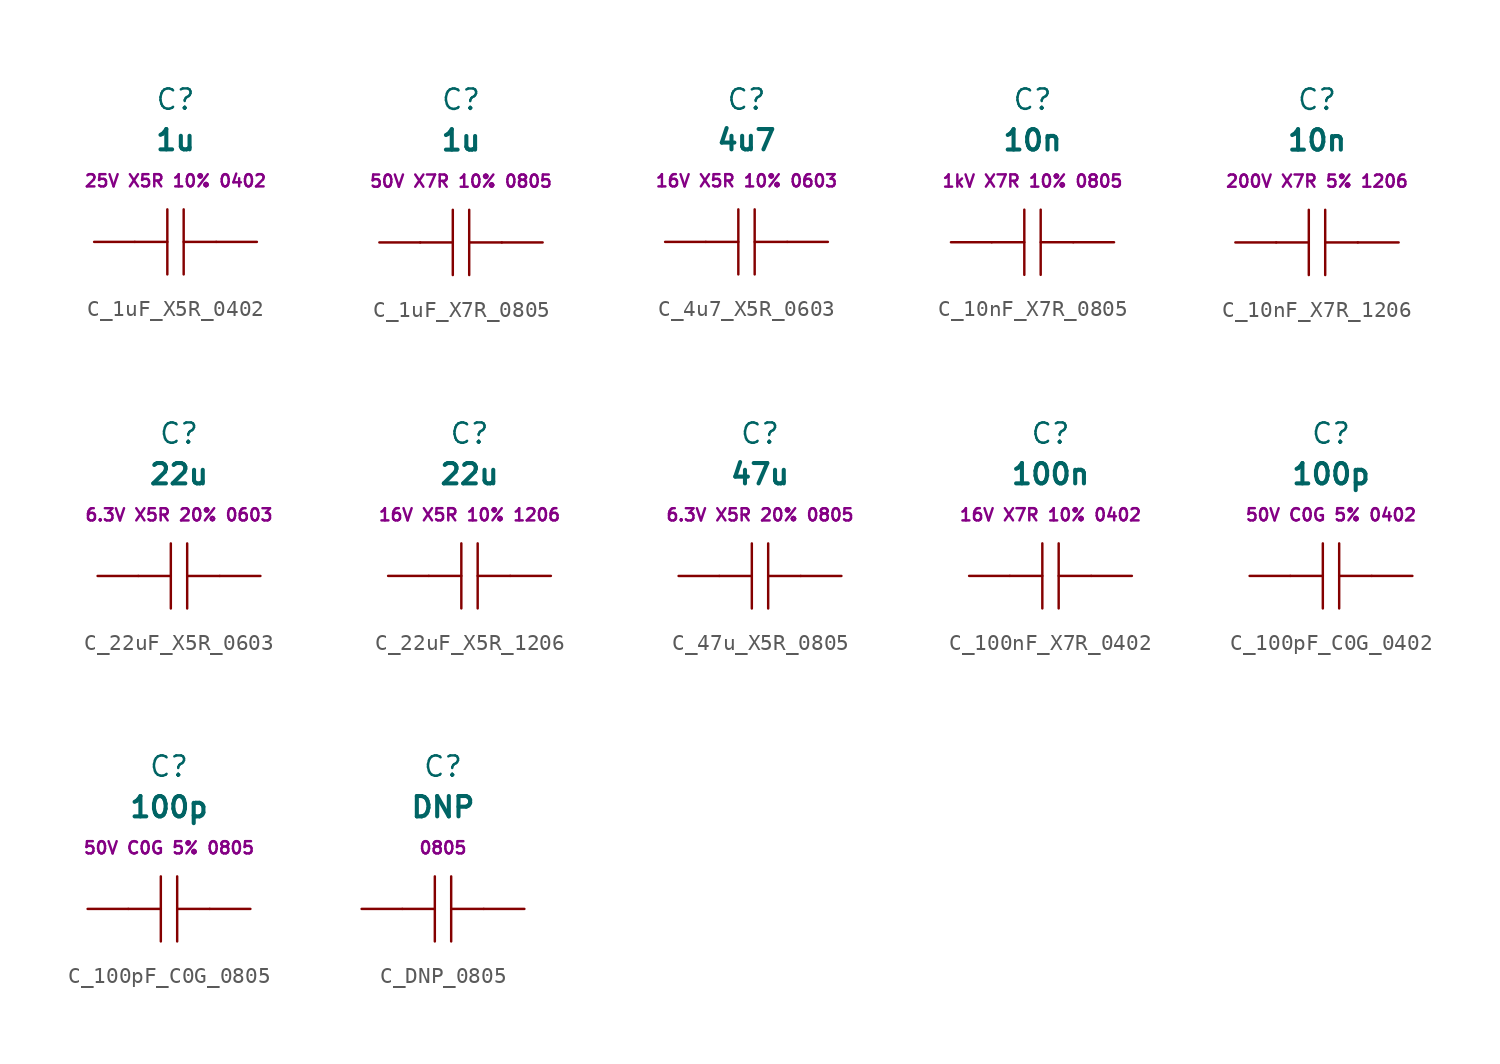
<source format=kicad_sym>
(kicad_symbol_lib
  (version 20231120)
  (generator "kicad_symbol_editor")
  (generator_version "8.0")
  (symbol "C_1uF_X5R_0402"
    (pin_numbers hide)
    (pin_names hide)
    (property "Reference" "C"
      (at 0 8.89 0)
      (effects (font (size 1.27 1.27))))
    (property "Value" "1u"
      (at 0 6.35 0)
      (effects (font (size 1.27 1.27) (bold yes))))
    (property "Extra Values" "25V X5R 10% 0402"
      (at 0 3.81 0)
      (effects (font (size 0.762 0.762) (bold yes))))
    (symbol "C_1uF_X5R_0402_0_1"
      (polyline (pts (xy -0.51 -2.03) (xy -0.51 2.03)) (stroke (width 0) (type default)) (fill (type none)))
      (polyline (pts (xy -0.51 0) (xy -2.54 0)) (stroke (width 0) (type default)) (fill (type none)))
      (polyline (pts (xy 0.51 2.03) (xy 0.51 -2.03)) (stroke (width 0) (type default)) (fill (type none)))
      (polyline (pts (xy 2.54 0) (xy 0.51 0)) (stroke (width 0) (type default)) (fill (type none))))
    (symbol "C_1uF_X5R_0402_1_1"
      (pin passive line (at -5.08 0 0) (length 2.54) (name "1" (effects (font (size 1.27 1.27)))) (number "1" (effects (font (size 1.27 1.27)))))
      (pin passive line (at 5.08 0 180) (length 2.54) (name "2" (effects (font (size 1.27 1.27)))) (number "2" (effects (font (size 1.27 1.27)))))))
  (symbol "C_1uF_X7R_0805"
    (pin_numbers hide)
    (pin_names hide)
    (property "Reference" "C"
      (at 0 8.89 0)
      (effects (font (size 1.27 1.27))))
    (property "Value" "1u"
      (at 0 6.35 0)
      (effects (font (size 1.27 1.27) (bold yes))))
    (property "Extra Values" "50V X7R 10% 0805"
      (at 0 3.81 0)
      (effects (font (size 0.762 0.762))))
    (symbol "C_1uF_X7R_0805_0_1"
      (polyline (pts (xy -2.54 0) (xy -0.51 0)) (stroke (width 0) (type default)) (fill (type none)))
      (polyline (pts (xy -0.51 2.03) (xy -0.51 -2.03)) (stroke (width 0) (type default)) (fill (type none)))
      (polyline (pts (xy 0.51 0) (xy 2.54 0)) (stroke (width 0) (type default)) (fill (type none)))
      (polyline (pts (xy 0.51 2.03) (xy 0.51 -2.03)) (stroke (width 0) (type default)) (fill (type none))))
    (symbol "C_1uF_X7R_0805_1_1"
      (pin passive line (at -5.08 0 0) (length 2.54) (name "1" (effects (font (size 1.27 1.27)))) (number "1" (effects (font (size 1.27 1.27)))))
      (pin passive line (at 5.08 0 180) (length 2.54) (name "2" (effects (font (size 1.27 1.27)))) (number "2" (effects (font (size 1.27 1.27)))))))
  (symbol "C_4u7_X5R_0603"
    (pin_numbers hide)
    (pin_names hide)
    (property "Reference" "C"
      (at 0 8.89 0)
      (effects (font (size 1.27 1.27))))
    (property "Value" "4u7"
      (at 0 6.35 0)
      (effects (font (size 1.27 1.27) (bold yes))))
    (property "Extra Values" "16V X5R 10% 0603"
      (at 0 3.81 0)
      (effects (font (size 0.762 0.762) (bold yes))))
    (symbol "C_4u7_X5R_0603_0_1"
      (polyline (pts (xy -2.54 0) (xy -0.51 0)) (stroke (width 0) (type default)) (fill (type none)))
      (polyline (pts (xy -0.51 2.03) (xy -0.51 -2.03)) (stroke (width 0) (type default)) (fill (type none)))
      (polyline (pts (xy 0.51 0) (xy 2.54 0)) (stroke (width 0) (type default)) (fill (type none)))
      (polyline (pts (xy 0.51 2.03) (xy 0.51 -2.03)) (stroke (width 0) (type default)) (fill (type none))))
    (symbol "C_4u7_X5R_0603_1_1"
      (pin passive line (at -5.08 0 0) (length 2.54) (name "1" (effects (font (size 1.27 1.27)))) (number "1" (effects (font (size 1.27 1.27)))))
      (pin passive line (at 5.08 0 180) (length 2.54) (name "2" (effects (font (size 1.27 1.27)))) (number "2" (effects (font (size 1.27 1.27)))))))
  (symbol "C_10nF_X7R_0805"
    (pin_numbers hide)
    (pin_names hide)
    (property "Reference" "C"
      (at 0 8.89 0)
      (effects (font (size 1.27 1.27))))
    (property "Value" "10n"
      (at 0 6.35 0)
      (effects (font (size 1.27 1.27) (bold yes))))
    (property "Extra Values" "1kV X7R 10% 0805"
      (at 0 3.81 0)
      (effects (font (size 0.762 0.762) (bold yes))))
    (symbol "C_10nF_X7R_0805_0_1"
      (polyline (pts (xy -0.51 -2.03) (xy -0.51 2.03)) (stroke (width 0) (type default)) (fill (type none)))
      (polyline (pts (xy -0.51 0) (xy -2.54 0)) (stroke (width 0) (type default)) (fill (type none)))
      (polyline (pts (xy 0.51 2.03) (xy 0.51 -2.03)) (stroke (width 0) (type default)) (fill (type none)))
      (polyline (pts (xy 2.54 0) (xy 0.51 0)) (stroke (width 0) (type default)) (fill (type none))))
    (symbol "C_10nF_X7R_0805_1_1"
      (pin passive line (at -5.08 0 0) (length 2.54) (name "1" (effects (font (size 1.27 1.27)))) (number "1" (effects (font (size 1.27 1.27)))))
      (pin passive line (at 5.08 0 180) (length 2.54) (name "2" (effects (font (size 1.27 1.27)))) (number "2" (effects (font (size 1.27 1.27)))))))
  (symbol "C_10nF_X7R_1206"
    (pin_numbers hide)
    (pin_names hide)
    (property "Reference" "C"
      (at 0 8.89 0)
      (effects (font (size 1.27 1.27))))
    (property "Value" "10n"
      (at 0 6.35 0)
      (effects (font (size 1.27 1.27) (bold yes))))
    (property "Extra Value" "200V X7R 5% 1206"
      (at 0 3.81 0)
      (effects (font (size 0.762 0.762))))
    (symbol "C_10nF_X7R_1206_0_1"
      (polyline (pts (xy -0.51 -2.03) (xy -0.51 2.03)) (stroke (width 0) (type default)) (fill (type none)))
      (polyline (pts (xy -0.51 0) (xy -2.54 0)) (stroke (width 0) (type default)) (fill (type none)))
      (polyline (pts (xy 0.51 2.03) (xy 0.51 -2.03)) (stroke (width 0) (type default)) (fill (type none)))
      (polyline (pts (xy 2.54 0) (xy 0.51 0)) (stroke (width 0) (type default)) (fill (type none))))
    (symbol "C_10nF_X7R_1206_1_1"
      (pin passive line (at -5.08 0 0) (length 2.54) (name "1" (effects (font (size 1.27 1.27)))) (number "1" (effects (font (size 1.27 1.27)))))
      (pin passive line (at 5.08 0 180) (length 2.54) (name "2" (effects (font (size 1.27 1.27)))) (number "2" (effects (font (size 1.27 1.27)))))))
  (symbol "C_22uF_X5R_0603"
    (pin_numbers hide)
    (pin_names hide)
    (property "Reference" "C"
      (at 0 8.89 0)
      (effects (font (size 1.27 1.27))))
    (property "Value" "22u"
      (at 0 6.35 0)
      (effects (font (size 1.27 1.27) (bold yes))))
    (property "Extra Values" "6.3V X5R 20% 0603"
      (at 0 3.81 0)
      (effects (font (size 0.762 0.762) (bold yes))))
    (symbol "C_22uF_X5R_0603_0_1"
      (polyline (pts (xy -0.51 -2.03) (xy -0.51 2.03)) (stroke (width 0) (type default)) (fill (type none)))
      (polyline (pts (xy -0.51 0) (xy -2.54 0)) (stroke (width 0) (type default)) (fill (type none)))
      (polyline (pts (xy 0.51 2.03) (xy 0.51 -2.03)) (stroke (width 0) (type default)) (fill (type none)))
      (polyline (pts (xy 2.54 0) (xy 0.51 0)) (stroke (width 0) (type default)) (fill (type none))))
    (symbol "C_22uF_X5R_0603_1_1"
      (pin passive line (at -5.08 0 0) (length 2.54) (name "1" (effects (font (size 1.27 1.27)))) (number "1" (effects (font (size 1.27 1.27)))))
      (pin passive line (at 5.08 0 180) (length 2.54) (name "2" (effects (font (size 1.27 1.27)))) (number "2" (effects (font (size 1.27 1.27)))))))
  (symbol "C_22uF_X5R_1206"
    (pin_numbers hide)
    (pin_names hide)
    (property "Reference" "C"
      (at 0 8.89 0)
      (effects (font (size 1.27 1.27))))
    (property "Value" "22u"
      (at 0 6.35 0)
      (effects (font (size 1.27 1.27) (bold yes))))
    (property "Extra Value" "16V X5R 10% 1206"
      (at 0 3.81 0)
      (effects (font (size 0.762 0.762) (bold yes))))
    (symbol "C_22uF_X5R_1206_0_1"
      (polyline (pts (xy -0.51 -2.03) (xy -0.51 2.03)) (stroke (width 0) (type default)) (fill (type none)))
      (polyline (pts (xy -0.51 0) (xy -2.54 0)) (stroke (width 0) (type default)) (fill (type none)))
      (polyline (pts (xy 0.51 2.03) (xy 0.51 -2.03)) (stroke (width 0) (type default)) (fill (type none)))
      (polyline (pts (xy 2.54 0) (xy 0.51 0)) (stroke (width 0) (type default)) (fill (type none))))
    (symbol "C_22uF_X5R_1206_1_1"
      (pin passive line (at -5.08 0 0) (length 2.54) (name "1" (effects (font (size 1.27 1.27)))) (number "1" (effects (font (size 1.27 1.27)))))
      (pin passive line (at 5.08 0 180) (length 2.54) (name "2" (effects (font (size 1.27 1.27)))) (number "2" (effects (font (size 1.27 1.27)))))))
  (symbol "C_47u_X5R_0805"
    (pin_numbers hide)
    (pin_names hide)
    (property "Reference" "C"
      (at 0 8.89 0)
      (effects (font (size 1.27 1.27))))
    (property "Value" "47u"
      (at 0 6.35 0)
      (effects (font (size 1.27 1.27) (bold yes))))
    (property "Extra Values" "6.3V X5R 20% 0805"
      (at 0 3.81 0)
      (effects (font (size 0.762 0.762) (bold yes))))
    (symbol "C_47u_X5R_0805_0_1"
      (polyline (pts (xy -2.54 0) (xy -0.51 0)) (stroke (width 0) (type default)) (fill (type none)))
      (polyline (pts (xy -0.51 2.03) (xy -0.51 -2.03)) (stroke (width 0) (type default)) (fill (type none)))
      (polyline (pts (xy 0.51 0) (xy 2.54 0)) (stroke (width 0) (type default)) (fill (type none)))
      (polyline (pts (xy 0.51 2.03) (xy 0.51 -2.03)) (stroke (width 0) (type default)) (fill (type none))))
    (symbol "C_47u_X5R_0805_1_1"
      (pin passive line (at -5.08 0 0) (length 2.54) (name "1" (effects (font (size 1.27 1.27)))) (number "1" (effects (font (size 1.27 1.27)))))
      (pin passive line (at 5.08 0 180) (length 2.54) (name "2" (effects (font (size 1.27 1.27)))) (number "2" (effects (font (size 1.27 1.27)))))))
  (symbol "C_100nF_X7R_0402"
    (pin_numbers hide)
    (pin_names hide)
    (property "Reference" "C"
      (at 0 8.89 0)
      (effects (font (size 1.27 1.27))))
    (property "Value" "100n"
      (at 0 6.35 0)
      (effects (font (size 1.27 1.27) (bold yes))))
    (property "Extra Values" "16V X7R 10% 0402"
      (at 0 3.81 0)
      (effects (font (size 0.762 0.762) (bold yes))))
    (symbol "C_100nF_X7R_0402_0_1"
      (polyline (pts (xy -2.54 0) (xy -0.51 0)) (stroke (width 0) (type default)) (fill (type none)))
      (polyline (pts (xy -0.51 2.03) (xy -0.51 -2.03)) (stroke (width 0) (type default)) (fill (type none)))
      (polyline (pts (xy 0.51 0) (xy 2.54 0)) (stroke (width 0) (type default)) (fill (type none)))
      (polyline (pts (xy 0.51 2.03) (xy 0.51 -2.03)) (stroke (width 0) (type default)) (fill (type none))))
    (symbol "C_100nF_X7R_0402_1_1"
      (pin passive line (at -5.08 0 0) (length 2.54) (name "1" (effects (font (size 1.27 1.27)))) (number "1" (effects (font (size 1.27 1.27)))))
      (pin passive line (at 5.08 0 180) (length 2.54) (name "2" (effects (font (size 1.27 1.27)))) (number "2" (effects (font (size 1.27 1.27)))))))
  (symbol "C_100pF_C0G_0402"
    (pin_numbers hide)
    (pin_names hide)
    (property "Reference" "C"
      (at 0 8.89 0)
      (effects (font (size 1.27 1.27))))
    (property "Value" "100p"
      (at 0 6.35 0)
      (effects (font (size 1.27 1.27) (bold yes))))
    (property "Extra Values" "50V C0G 5% 0402"
      (at 0 3.81 0)
      (effects (font (size 0.762 0.762) (bold yes))))
    (symbol "C_100pF_C0G_0402_0_1"
      (polyline (pts (xy -2.54 0) (xy -0.51 0)) (stroke (width 0) (type default)) (fill (type none)))
      (polyline (pts (xy -0.51 2.03) (xy -0.51 -2.03)) (stroke (width 0) (type default)) (fill (type none)))
      (polyline (pts (xy 0.51 0) (xy 2.54 0)) (stroke (width 0) (type default)) (fill (type none)))
      (polyline (pts (xy 0.51 2.03) (xy 0.51 -2.03)) (stroke (width 0) (type default)) (fill (type none))))
    (symbol "C_100pF_C0G_0402_1_1"
      (pin passive line (at -5.08 0 0) (length 2.54) (name "1" (effects (font (size 1.27 1.27)))) (number "1" (effects (font (size 1.27 1.27)))))
      (pin passive line (at 5.08 0 180) (length 2.54) (name "2" (effects (font (size 1.27 1.27)))) (number "2" (effects (font (size 1.27 1.27)))))))
  (symbol "C_100pF_C0G_0805"
    (pin_numbers hide)
    (pin_names hide)
    (property "Reference" "C"
      (at 0 8.89 0)
      (effects (font (size 1.27 1.27))))
    (property "Value" "100p"
      (at 0 6.35 0)
      (effects (font (size 1.27 1.27) (bold yes))))
    (property "Extra Values" "50V C0G 5% 0805"
      (at 0 3.81 0)
      (effects (font (size 0.762 0.762) (bold yes))))
    (symbol "C_100pF_C0G_0805_0_1"
      (polyline (pts (xy -2.54 0) (xy -0.51 0)) (stroke (width 0) (type default)) (fill (type none)))
      (polyline (pts (xy -0.51 2.03) (xy -0.51 -2.03)) (stroke (width 0) (type default)) (fill (type none)))
      (polyline (pts (xy 0.51 0) (xy 2.54 0)) (stroke (width 0) (type default)) (fill (type none)))
      (polyline (pts (xy 0.51 2.03) (xy 0.51 -2.03)) (stroke (width 0) (type default)) (fill (type none))))
    (symbol "C_100pF_C0G_0805_1_1"
      (pin passive line (at -5.08 0 0) (length 2.54) (name "1" (effects (font (size 1.27 1.27)))) (number "1" (effects (font (size 1.27 1.27)))))
      (pin passive line (at 5.08 0 180) (length 2.54) (name "2" (effects (font (size 1.27 1.27)))) (number "2" (effects (font (size 1.27 1.27)))))))
  (symbol "C_DNP_0805"
    (pin_numbers hide)
    (pin_names hide)
    (property "Reference" "C"
      (at 0 8.89 0)
      (effects (font (size 1.27 1.27))))
    (property "Value" "DNP"
      (at 0 6.35 0)
      (effects (font (size 1.27 1.27) (bold yes))))
    (property "Extra Values" "0805"
      (at 0 3.81 0)
      (effects (font (size 0.762 0.762) (bold yes))))
    (symbol "C_DNP_0805_0_1"
      (polyline (pts (xy -2.54 0) (xy -0.51 0)) (stroke (width 0) (type default)) (fill (type none)))
      (polyline (pts (xy -0.51 2.03) (xy -0.51 -2.03)) (stroke (width 0) (type default)) (fill (type none)))
      (polyline (pts (xy 0.51 0) (xy 2.54 0)) (stroke (width 0) (type default)) (fill (type none)))
      (polyline (pts (xy 0.51 2.03) (xy 0.51 -2.03)) (stroke (width 0) (type default)) (fill (type none))))
    (symbol "C_DNP_0805_1_1"
      (pin passive line (at -5.08 0 0) (length 2.54) (name "1" (effects (font (size 1.27 1.27)))) (number "1" (effects (font (size 1.27 1.27)))))
      (pin passive line (at 5.08 0 180) (length 2.54) (name "2" (effects (font (size 1.27 1.27)))) (number "2" (effects (font (size 1.27 1.27))))))))
</source>
